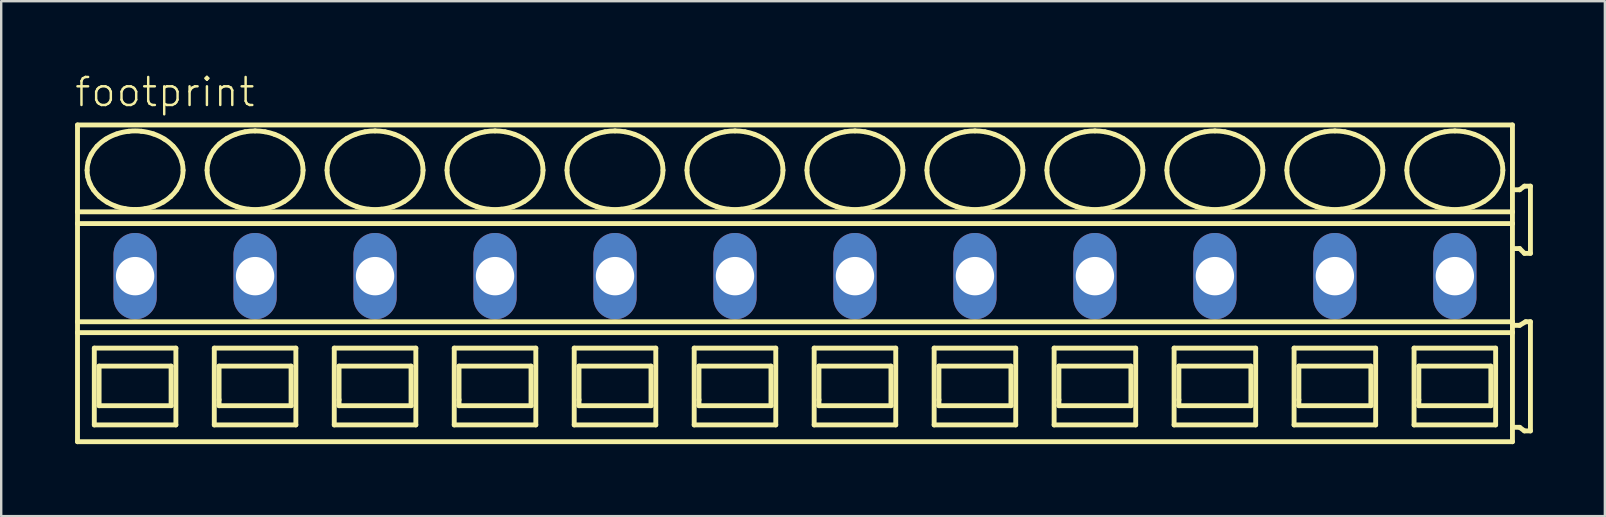
<source format=kicad_pcb>
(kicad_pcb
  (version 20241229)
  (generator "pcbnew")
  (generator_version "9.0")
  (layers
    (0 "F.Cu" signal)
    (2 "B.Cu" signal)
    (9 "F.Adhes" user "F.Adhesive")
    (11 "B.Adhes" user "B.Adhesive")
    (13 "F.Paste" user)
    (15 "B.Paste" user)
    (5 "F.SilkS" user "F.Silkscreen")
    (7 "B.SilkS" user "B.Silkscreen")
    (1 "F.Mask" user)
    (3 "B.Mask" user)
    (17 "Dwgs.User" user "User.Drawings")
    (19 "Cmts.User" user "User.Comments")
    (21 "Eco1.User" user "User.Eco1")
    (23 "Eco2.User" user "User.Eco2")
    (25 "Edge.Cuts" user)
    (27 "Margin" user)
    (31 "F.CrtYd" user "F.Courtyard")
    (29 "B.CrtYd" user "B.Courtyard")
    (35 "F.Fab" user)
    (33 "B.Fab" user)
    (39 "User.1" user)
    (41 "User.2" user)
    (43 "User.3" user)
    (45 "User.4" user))
  (footprint "footprint"
    (layer "F.Cu")
    (at 5.08 8.458)
    (property "Reference" "footprint" (at -5.08 -6.985 0) (layer "F.SilkS") (effects (font (size 1.168 1.168) (thickness 0.102)) (justify left bottom)))
    (fp_line (start -4.9 -6.3) (end -4.9 -2.679) (stroke (width 0.203) (type solid)) (layer "F.SilkS"))
    (fp_line (start -4.9 -2.679) (end -4.9 -2.192) (stroke (width 0.203) (type solid)) (layer "F.SilkS"))
    (fp_line (start -4.9 -2.192) (end -4.9 1.902) (stroke (width 0.203) (type solid)) (layer "F.SilkS"))
    (fp_line (start -4.9 1.902) (end -4.9 2.354) (stroke (width 0.203) (type solid)) (layer "F.SilkS"))
    (fp_line (start -4.9 2.354) (end -4.9 6.9) (stroke (width 0.203) (type solid)) (layer "F.SilkS"))
    (fp_line (start -4.9 6.9) (end 54.9 6.9) (stroke (width 0.203) (type solid)) (layer "F.SilkS"))
    (fp_line (start -4.2 3) (end -4.2 6.2) (stroke (width 0.203) (type solid)) (layer "F.SilkS"))
    (fp_line (start -4.2 6.2) (end -0.8 6.2) (stroke (width 0.203) (type solid)) (layer "F.SilkS"))
    (fp_line (start -4 3.75) (end -4 5.4) (stroke (width 0.203) (type solid)) (layer "F.SilkS"))
    (fp_line (start -4 5.4) (end -1 5.4) (stroke (width 0.203) (type solid)) (layer "F.SilkS"))
    (fp_line (start -1 3.75) (end -4 3.75) (stroke (width 0.203) (type solid)) (layer "F.SilkS"))
    (fp_line (start -1 5.4) (end -1 3.75) (stroke (width 0.203) (type solid)) (layer "F.SilkS"))
    (fp_line (start -0.8 3) (end -4.2 3) (stroke (width 0.203) (type solid)) (layer "F.SilkS"))
    (fp_line (start -0.8 6.2) (end -0.8 3) (stroke (width 0.203) (type solid)) (layer "F.SilkS"))
    (fp_line (start 0.8 3) (end 0.8 6.2) (stroke (width 0.203) (type solid)) (layer "F.SilkS"))
    (fp_line (start 0.8 6.2) (end 4.2 6.2) (stroke (width 0.203) (type solid)) (layer "F.SilkS"))
    (fp_line (start 1 3.75) (end 1 5.15) (stroke (width 0.203) (type solid)) (layer "F.SilkS"))
    (fp_line (start 1 5.15) (end 1 5.4) (stroke (width 0.203) (type solid)) (layer "F.SilkS"))
    (fp_line (start 1 5.4) (end 4 5.4) (stroke (width 0.203) (type solid)) (layer "F.SilkS"))
    (fp_line (start 4 3.75) (end 1 3.75) (stroke (width 0.203) (type solid)) (layer "F.SilkS"))
    (fp_line (start 4 5.4) (end 4 3.75) (stroke (width 0.203) (type solid)) (layer "F.SilkS"))
    (fp_line (start 4.2 3) (end 0.8 3) (stroke (width 0.203) (type solid)) (layer "F.SilkS"))
    (fp_line (start 4.2 6.2) (end 4.2 3) (stroke (width 0.203) (type solid)) (layer "F.SilkS"))
    (fp_line (start 5.8 3) (end 5.8 6.2) (stroke (width 0.203) (type solid)) (layer "F.SilkS"))
    (fp_line (start 5.8 6.2) (end 9.2 6.2) (stroke (width 0.203) (type solid)) (layer "F.SilkS"))
    (fp_line (start 6 3.75) (end 6 5.15) (stroke (width 0.203) (type solid)) (layer "F.SilkS"))
    (fp_line (start 6 5.15) (end 6 5.4) (stroke (width 0.203) (type solid)) (layer "F.SilkS"))
    (fp_line (start 6 5.4) (end 9 5.4) (stroke (width 0.203) (type solid)) (layer "F.SilkS"))
    (fp_line (start 9 3.75) (end 6 3.75) (stroke (width 0.203) (type solid)) (layer "F.SilkS"))
    (fp_line (start 9 5.4) (end 9 3.75) (stroke (width 0.203) (type solid)) (layer "F.SilkS"))
    (fp_line (start 9.2 3) (end 5.8 3) (stroke (width 0.203) (type solid)) (layer "F.SilkS"))
    (fp_line (start 9.2 6.2) (end 9.2 3) (stroke (width 0.203) (type solid)) (layer "F.SilkS"))
    (fp_line (start 10.8 3) (end 10.8 6.2) (stroke (width 0.203) (type solid)) (layer "F.SilkS"))
    (fp_line (start 10.8 6.2) (end 14.2 6.2) (stroke (width 0.203) (type solid)) (layer "F.SilkS"))
    (fp_line (start 11 3.75) (end 11 5.15) (stroke (width 0.203) (type solid)) (layer "F.SilkS"))
    (fp_line (start 11 5.15) (end 11 5.4) (stroke (width 0.203) (type solid)) (layer "F.SilkS"))
    (fp_line (start 11 5.4) (end 14 5.4) (stroke (width 0.203) (type solid)) (layer "F.SilkS"))
    (fp_line (start 14 3.75) (end 11 3.75) (stroke (width 0.203) (type solid)) (layer "F.SilkS"))
    (fp_line (start 14 5.4) (end 14 3.75) (stroke (width 0.203) (type solid)) (layer "F.SilkS"))
    (fp_line (start 14.2 3) (end 10.8 3) (stroke (width 0.203) (type solid)) (layer "F.SilkS"))
    (fp_line (start 14.2 6.2) (end 14.2 3) (stroke (width 0.203) (type solid)) (layer "F.SilkS"))
    (fp_line (start 15.8 3) (end 15.8 6.2) (stroke (width 0.203) (type solid)) (layer "F.SilkS"))
    (fp_line (start 15.8 6.2) (end 19.2 6.2) (stroke (width 0.203) (type solid)) (layer "F.SilkS"))
    (fp_line (start 16 3.75) (end 16 5.15) (stroke (width 0.203) (type solid)) (layer "F.SilkS"))
    (fp_line (start 16 5.15) (end 16 5.4) (stroke (width 0.203) (type solid)) (layer "F.SilkS"))
    (fp_line (start 16 5.4) (end 19 5.4) (stroke (width 0.203) (type solid)) (layer "F.SilkS"))
    (fp_line (start 19 3.75) (end 16 3.75) (stroke (width 0.203) (type solid)) (layer "F.SilkS"))
    (fp_line (start 19 5.4) (end 19 3.75) (stroke (width 0.203) (type solid)) (layer "F.SilkS"))
    (fp_line (start 19.2 3) (end 15.8 3) (stroke (width 0.203) (type solid)) (layer "F.SilkS"))
    (fp_line (start 19.2 6.2) (end 19.2 3) (stroke (width 0.203) (type solid)) (layer "F.SilkS"))
    (fp_line (start 20.8 3) (end 20.8 6.2) (stroke (width 0.203) (type solid)) (layer "F.SilkS"))
    (fp_line (start 20.8 6.2) (end 24.2 6.2) (stroke (width 0.203) (type solid)) (layer "F.SilkS"))
    (fp_line (start 21 3.75) (end 21 5.15) (stroke (width 0.203) (type solid)) (layer "F.SilkS"))
    (fp_line (start 21 5.15) (end 21 5.4) (stroke (width 0.203) (type solid)) (layer "F.SilkS"))
    (fp_line (start 21 5.4) (end 24 5.4) (stroke (width 0.203) (type solid)) (layer "F.SilkS"))
    (fp_line (start 24 3.75) (end 21 3.75) (stroke (width 0.203) (type solid)) (layer "F.SilkS"))
    (fp_line (start 24 5.4) (end 24 3.75) (stroke (width 0.203) (type solid)) (layer "F.SilkS"))
    (fp_line (start 24.2 3) (end 20.8 3) (stroke (width 0.203) (type solid)) (layer "F.SilkS"))
    (fp_line (start 24.2 6.2) (end 24.2 3) (stroke (width 0.203) (type solid)) (layer "F.SilkS"))
    (fp_line (start 25.8 3) (end 25.8 6.2) (stroke (width 0.203) (type solid)) (layer "F.SilkS"))
    (fp_line (start 25.8 6.2) (end 29.2 6.2) (stroke (width 0.203) (type solid)) (layer "F.SilkS"))
    (fp_line (start 26 3.75) (end 26 5.15) (stroke (width 0.203) (type solid)) (layer "F.SilkS"))
    (fp_line (start 26 5.15) (end 26 5.4) (stroke (width 0.203) (type solid)) (layer "F.SilkS"))
    (fp_line (start 26 5.4) (end 29 5.4) (stroke (width 0.203) (type solid)) (layer "F.SilkS"))
    (fp_line (start 29 3.75) (end 26 3.75) (stroke (width 0.203) (type solid)) (layer "F.SilkS"))
    (fp_line (start 29 5.4) (end 29 3.75) (stroke (width 0.203) (type solid)) (layer "F.SilkS"))
    (fp_line (start 29.2 3) (end 25.8 3) (stroke (width 0.203) (type solid)) (layer "F.SilkS"))
    (fp_line (start 29.2 6.2) (end 29.2 3) (stroke (width 0.203) (type solid)) (layer "F.SilkS"))
    (fp_line (start 30.8 3) (end 30.8 6.2) (stroke (width 0.203) (type solid)) (layer "F.SilkS"))
    (fp_line (start 30.8 6.2) (end 34.2 6.2) (stroke (width 0.203) (type solid)) (layer "F.SilkS"))
    (fp_line (start 31 3.75) (end 31 5.15) (stroke (width 0.203) (type solid)) (layer "F.SilkS"))
    (fp_line (start 31 5.15) (end 31 5.4) (stroke (width 0.203) (type solid)) (layer "F.SilkS"))
    (fp_line (start 31 5.4) (end 34 5.4) (stroke (width 0.203) (type solid)) (layer "F.SilkS"))
    (fp_line (start 34 3.75) (end 31 3.75) (stroke (width 0.203) (type solid)) (layer "F.SilkS"))
    (fp_line (start 34 5.4) (end 34 3.75) (stroke (width 0.203) (type solid)) (layer "F.SilkS"))
    (fp_line (start 34.2 3) (end 30.8 3) (stroke (width 0.203) (type solid)) (layer "F.SilkS"))
    (fp_line (start 34.2 6.2) (end 34.2 3) (stroke (width 0.203) (type solid)) (layer "F.SilkS"))
    (fp_line (start 35.8 3) (end 35.8 6.2) (stroke (width 0.203) (type solid)) (layer "F.SilkS"))
    (fp_line (start 35.8 6.2) (end 39.2 6.2) (stroke (width 0.203) (type solid)) (layer "F.SilkS"))
    (fp_line (start 36 3.75) (end 36 5.15) (stroke (width 0.203) (type solid)) (layer "F.SilkS"))
    (fp_line (start 36 5.15) (end 36 5.4) (stroke (width 0.203) (type solid)) (layer "F.SilkS"))
    (fp_line (start 36 5.4) (end 39 5.4) (stroke (width 0.203) (type solid)) (layer "F.SilkS"))
    (fp_line (start 39 3.75) (end 36 3.75) (stroke (width 0.203) (type solid)) (layer "F.SilkS"))
    (fp_line (start 39 5.4) (end 39 3.75) (stroke (width 0.203) (type solid)) (layer "F.SilkS"))
    (fp_line (start 39.2 3) (end 35.8 3) (stroke (width 0.203) (type solid)) (layer "F.SilkS"))
    (fp_line (start 39.2 6.2) (end 39.2 3) (stroke (width 0.203) (type solid)) (layer "F.SilkS"))
    (fp_line (start 40.8 3) (end 40.8 6.2) (stroke (width 0.203) (type solid)) (layer "F.SilkS"))
    (fp_line (start 40.8 6.2) (end 44.2 6.2) (stroke (width 0.203) (type solid)) (layer "F.SilkS"))
    (fp_line (start 41 3.75) (end 41 5.15) (stroke (width 0.203) (type solid)) (layer "F.SilkS"))
    (fp_line (start 41 5.15) (end 41 5.4) (stroke (width 0.203) (type solid)) (layer "F.SilkS"))
    (fp_line (start 41 5.4) (end 44 5.4) (stroke (width 0.203) (type solid)) (layer "F.SilkS"))
    (fp_line (start 44 3.75) (end 41 3.75) (stroke (width 0.203) (type solid)) (layer "F.SilkS"))
    (fp_line (start 44 5.4) (end 44 3.75) (stroke (width 0.203) (type solid)) (layer "F.SilkS"))
    (fp_line (start 44.2 3) (end 40.8 3) (stroke (width 0.203) (type solid)) (layer "F.SilkS"))
    (fp_line (start 44.2 6.2) (end 44.2 3) (stroke (width 0.203) (type solid)) (layer "F.SilkS"))
    (fp_line (start 45.8 3) (end 45.8 6.2) (stroke (width 0.203) (type solid)) (layer "F.SilkS"))
    (fp_line (start 45.8 6.2) (end 49.2 6.2) (stroke (width 0.203) (type solid)) (layer "F.SilkS"))
    (fp_line (start 46 3.75) (end 46 5.15) (stroke (width 0.203) (type solid)) (layer "F.SilkS"))
    (fp_line (start 46 5.15) (end 46 5.4) (stroke (width 0.203) (type solid)) (layer "F.SilkS"))
    (fp_line (start 46 5.4) (end 49 5.4) (stroke (width 0.203) (type solid)) (layer "F.SilkS"))
    (fp_line (start 49 3.75) (end 46 3.75) (stroke (width 0.203) (type solid)) (layer "F.SilkS"))
    (fp_line (start 49 5.4) (end 49 3.75) (stroke (width 0.203) (type solid)) (layer "F.SilkS"))
    (fp_line (start 49.2 3) (end 45.8 3) (stroke (width 0.203) (type solid)) (layer "F.SilkS"))
    (fp_line (start 49.2 6.2) (end 49.2 3) (stroke (width 0.203) (type solid)) (layer "F.SilkS"))
    (fp_line (start 50.8 3) (end 50.8 6.2) (stroke (width 0.203) (type solid)) (layer "F.SilkS"))
    (fp_line (start 50.8 6.2) (end 54.2 6.2) (stroke (width 0.203) (type solid)) (layer "F.SilkS"))
    (fp_line (start 51 3.75) (end 51 5.15) (stroke (width 0.203) (type solid)) (layer "F.SilkS"))
    (fp_line (start 51 5.15) (end 51 5.4) (stroke (width 0.203) (type solid)) (layer "F.SilkS"))
    (fp_line (start 51 5.4) (end 54 5.4) (stroke (width 0.203) (type solid)) (layer "F.SilkS"))
    (fp_line (start 54 3.75) (end 51 3.75) (stroke (width 0.203) (type solid)) (layer "F.SilkS"))
    (fp_line (start 54 5.4) (end 54 3.75) (stroke (width 0.203) (type solid)) (layer "F.SilkS"))
    (fp_line (start 54.2 3) (end 50.8 3) (stroke (width 0.203) (type solid)) (layer "F.SilkS"))
    (fp_line (start 54.2 6.2) (end 54.2 3) (stroke (width 0.203) (type solid)) (layer "F.SilkS"))
    (fp_line (start 54.9 -6.3) (end -4.9 -6.3) (stroke (width 0.203) (type solid)) (layer "F.SilkS"))
    (fp_line (start 54.9 -2.679) (end -4.9 -2.679) (stroke (width 0.203) (type solid)) (layer "F.SilkS"))
    (fp_line (start 54.9 -2.679) (end 54.9 -6.3) (stroke (width 0.203) (type solid)) (layer "F.SilkS"))
    (fp_line (start 54.9 -2.192) (end -4.9 -2.192) (stroke (width 0.203) (type solid)) (layer "F.SilkS"))
    (fp_line (start 54.9 -2.192) (end 54.9 -2.679) (stroke (width 0.203) (type solid)) (layer "F.SilkS"))
    (fp_line (start 54.9 1.902) (end -4.9 1.902) (stroke (width 0.203) (type solid)) (layer "F.SilkS"))
    (fp_line (start 54.9 1.902) (end 54.9 -2.192) (stroke (width 0.203) (type solid)) (layer "F.SilkS"))
    (fp_line (start 54.9 2.354) (end -4.9 2.354) (stroke (width 0.203) (type solid)) (layer "F.SilkS"))
    (fp_line (start 54.9 2.354) (end 54.9 1.902) (stroke (width 0.203) (type solid)) (layer "F.SilkS"))
    (fp_line (start 54.9 6.9) (end 54.9 2.354) (stroke (width 0.203) (type solid)) (layer "F.SilkS"))
    (fp_line (start 55 -1.15) (end 55.2 -1.15) (stroke (width 0.203) (type solid)) (layer "F.SilkS"))
    (fp_line (start 55 6.3) (end 55.2 6.3) (stroke (width 0.203) (type solid)) (layer "F.SilkS"))
    (fp_line (start 55.2 -3.6) (end 55 -3.6) (stroke (width 0.203) (type solid)) (layer "F.SilkS"))
    (fp_line (start 55.2 -1.15) (end 55.4 -0.95) (stroke (width 0.203) (type solid)) (layer "F.SilkS"))
    (fp_line (start 55.2 2.05) (end 55 2.05) (stroke (width 0.203) (type solid)) (layer "F.SilkS"))
    (fp_line (start 55.2 6.3) (end 55.4 6.45) (stroke (width 0.203) (type solid)) (layer "F.SilkS"))
    (fp_line (start 55.4 -3.75) (end 55.2 -3.6) (stroke (width 0.203) (type solid)) (layer "F.SilkS"))
    (fp_line (start 55.4 -0.95) (end 55.65 -0.95) (stroke (width 0.203) (type solid)) (layer "F.SilkS"))
    (fp_line (start 55.4 6.45) (end 55.65 6.45) (stroke (width 0.203) (type solid)) (layer "F.SilkS"))
    (fp_line (start 55.45 1.9) (end 55.2 2.05) (stroke (width 0.203) (type solid)) (layer "F.SilkS"))
    (fp_line (start 55.65 -3.75) (end 55.4 -3.75) (stroke (width 0.203) (type solid)) (layer "F.SilkS"))
    (fp_line (start 55.65 -0.95) (end 55.65 -3.75) (stroke (width 0.203) (type solid)) (layer "F.SilkS"))
    (fp_line (start 55.65 1.9) (end 55.45 1.9) (stroke (width 0.203) (type solid)) (layer "F.SilkS"))
    (fp_line (start 55.65 6.45) (end 55.65 1.9) (stroke (width 0.203) (type solid)) (layer "F.SilkS"))
    (fp_arc (start -4.5 -4.4136) (mid -4.488905 -4.585389) (end -4.4562 -4.7544) (stroke (width 0.2032) (type solid)) (layer "F.SilkS"))
    (fp_arc (start -4.4695 -4.1287) (mid -4.492308 -4.270341) (end -4.5 -4.4136) (stroke (width 0.2032) (type solid)) (layer "F.SilkS"))
    (fp_arc (start -4.4562 -4.7544) (mid -4.401558 -4.920839) (end -4.3273 -5.0795) (stroke (width 0.2032) (type solid)) (layer "F.SilkS"))
    (fp_arc (start -4.3795 -3.8536) (mid -4.431599 -3.988827) (end -4.4695 -4.1287) (stroke (width 0.2032) (type solid)) (layer "F.SilkS"))
    (fp_arc (start -4.3274 -5.0795) (mid -4.216217 -5.252167) (end -4.0864 -5.4113) (stroke (width 0.2032) (type solid)) (layer "F.SilkS"))
    (fp_arc (start -4.232 -3.5945) (mid -4.312155 -3.720404) (end -4.3795 -3.8536) (stroke (width 0.2032) (type solid)) (layer "F.SilkS"))
    (fp_arc (start -4.0864 -5.4113) (mid -3.911717 -5.573771) (end -3.718 -5.713) (stroke (width 0.2032) (type solid)) (layer "F.SilkS"))
    (fp_arc (start -3.9861 -3.3171) (mid -4.116737 -3.448975) (end -4.2321 -3.5944) (stroke (width 0.2032) (type solid)) (layer "F.SilkS"))
    (fp_arc (start -3.718 -5.713) (mid -3.497651 -5.83326) (end -3.2649 -5.9273) (stroke (width 0.2032) (type solid)) (layer "F.SilkS"))
    (fp_arc (start -3.676 -3.0884) (mid -3.836846 -3.194891) (end -3.9861 -3.3171) (stroke (width 0.2032) (type solid)) (layer "F.SilkS"))
    (fp_arc (start -3.313 -2.9167) (mid -3.498551 -2.993985) (end -3.676 -3.0884) (stroke (width 0.2032) (type solid)) (layer "F.SilkS"))
    (fp_arc (start -3.2649 -5.9273) (mid -3.016253 -5.996227) (end -2.7616 -6.0378) (stroke (width 0.2032) (type solid)) (layer "F.SilkS"))
    (fp_arc (start -2.9161 -2.8111) (mid -3.116893 -2.855096) (end -3.313 -2.9167) (stroke (width 0.2032) (type solid)) (layer "F.SilkS"))
    (fp_arc (start -2.7616 -6.0378) (mid -2.5 -6.051841) (end -2.2384 -6.0378) (stroke (width 0.2032) (type solid)) (layer "F.SilkS"))
    (fp_arc (start -2.5 -2.7752) (mid -2.708826 -2.784159) (end -2.9161 -2.8111) (stroke (width 0.2032) (type solid)) (layer "F.SilkS"))
    (fp_arc (start -2.2384 -6.0378) (mid -1.983714 -5.996379) (end -1.7351 -5.9273) (stroke (width 0.2032) (type solid)) (layer "F.SilkS"))
    (fp_arc (start -2.0839 -2.8111) (mid -2.291182 -2.784277) (end -2.5 -2.7753) (stroke (width 0.2032) (type solid)) (layer "F.SilkS"))
    (fp_arc (start -1.7351 -5.9273) (mid -1.502222 -5.83353) (end -1.282 -5.713) (stroke (width 0.2032) (type solid)) (layer "F.SilkS"))
    (fp_arc (start -1.687 -2.9167) (mid -1.883129 -2.855175) (end -2.0839 -2.8111) (stroke (width 0.2032) (type solid)) (layer "F.SilkS"))
    (fp_arc (start -1.324 -3.0884) (mid -1.501514 -2.994123) (end -1.687 -2.9167) (stroke (width 0.2032) (type solid)) (layer "F.SilkS"))
    (fp_arc (start -1.282 -5.713) (mid -1.088036 -5.574073) (end -0.9136 -5.4113) (stroke (width 0.2032) (type solid)) (layer "F.SilkS"))
    (fp_arc (start -1.0139 -3.3171) (mid -1.163276 -3.195057) (end -1.324 -3.0884) (stroke (width 0.2032) (type solid)) (layer "F.SilkS"))
    (fp_arc (start -0.9137 -5.4112) (mid -0.781313 -5.253987) (end -0.6727 -5.0795) (stroke (width 0.2032) (type solid)) (layer "F.SilkS"))
    (fp_arc (start -0.7679 -3.5944) (mid -0.88339 -3.449088) (end -1.0139 -3.3171) (stroke (width 0.2032) (type solid)) (layer "F.SilkS"))
    (fp_arc (start -0.6727 -5.0795) (mid -0.598286 -4.920901) (end -0.5438 -4.7544) (stroke (width 0.2032) (type solid)) (layer "F.SilkS"))
    (fp_arc (start -0.6204 -3.8536) (mid -0.687861 -3.720421) (end -0.7679 -3.5944) (stroke (width 0.2032) (type solid)) (layer "F.SilkS"))
    (fp_arc (start -0.5438 -4.7544) (mid -0.511083 -4.58539) (end -0.5 -4.4136) (stroke (width 0.2032) (type solid)) (layer "F.SilkS"))
    (fp_arc (start -0.5305 -4.1287) (mid -0.568473 -3.988851) (end -0.6205 -3.8536) (stroke (width 0.2032) (type solid)) (layer "F.SilkS"))
    (fp_arc (start -0.5001 -4.4136) (mid -0.507739 -4.270343) (end -0.5305 -4.1287) (stroke (width 0.2032) (type solid)) (layer "F.SilkS"))
    (fp_arc (start 0.5 -4.4136) (mid 0.507693 -4.556809) (end 0.5305 -4.6984) (stroke (width 0.2032) (type solid)) (layer "F.SilkS"))
    (fp_arc (start 0.5305 -4.6984) (mid 0.568467 -4.8383) (end 0.6205 -4.9736) (stroke (width 0.2032) (type solid)) (layer "F.SilkS"))
    (fp_arc (start 0.5438 -4.0727) (mid 0.511073 -4.241759) (end 0.5 -4.4136) (stroke (width 0.2032) (type solid)) (layer "F.SilkS"))
    (fp_arc (start 0.6204 -4.9736) (mid 0.687866 -5.106728) (end 0.7679 -5.2327) (stroke (width 0.2032) (type solid)) (layer "F.SilkS"))
    (fp_arc (start 0.6727 -3.7476) (mid 0.598289 -3.9062) (end 0.5438 -4.0727) (stroke (width 0.2032) (type solid)) (layer "F.SilkS"))
    (fp_arc (start 0.7679 -5.2327) (mid 0.883386 -5.378016) (end 1.0139 -5.51) (stroke (width 0.2032) (type solid)) (layer "F.SilkS"))
    (fp_arc (start 0.9136 -3.4159) (mid 0.781267 -3.57312) (end 0.6727 -3.7476) (stroke (width 0.2032) (type solid)) (layer "F.SilkS"))
    (fp_arc (start 1.0139 -5.51) (mid 1.163277 -5.632042) (end 1.324 -5.7387) (stroke (width 0.2032) (type solid)) (layer "F.SilkS"))
    (fp_arc (start 1.282 -3.1141) (mid 1.088032 -3.253077) (end 0.9136 -3.4159) (stroke (width 0.2032) (type solid)) (layer "F.SilkS"))
    (fp_arc (start 1.324 -5.7387) (mid 1.501514 -5.832977) (end 1.687 -5.9104) (stroke (width 0.2032) (type solid)) (layer "F.SilkS"))
    (fp_arc (start 1.687 -5.9104) (mid 1.883129 -5.971925) (end 2.0839 -6.016) (stroke (width 0.2032) (type solid)) (layer "F.SilkS"))
    (fp_arc (start 1.7351 -2.8998) (mid 1.502222 -2.993571) (end 1.282 -3.1141) (stroke (width 0.2032) (type solid)) (layer "F.SilkS"))
    (fp_arc (start 2.0839 -6.0161) (mid 2.291183 -6.042919) (end 2.5 -6.0519) (stroke (width 0.2032) (type solid)) (layer "F.SilkS"))
    (fp_arc (start 2.2384 -2.7893) (mid 1.983714 -2.830721) (end 1.7351 -2.8998) (stroke (width 0.2032) (type solid)) (layer "F.SilkS"))
    (fp_arc (start 2.5 -6.0519) (mid 2.708826 -6.042941) (end 2.9161 -6.016) (stroke (width 0.2032) (type solid)) (layer "F.SilkS"))
    (fp_arc (start 2.7616 -2.7893) (mid 2.5 -2.775259) (end 2.2384 -2.7893) (stroke (width 0.2032) (type solid)) (layer "F.SilkS"))
    (fp_arc (start 2.9161 -6.016) (mid 3.116893 -5.972004) (end 3.313 -5.9104) (stroke (width 0.2032) (type solid)) (layer "F.SilkS"))
    (fp_arc (start 3.2649 -2.8998) (mid 3.016253 -2.830873) (end 2.7616 -2.7893) (stroke (width 0.2032) (type solid)) (layer "F.SilkS"))
    (fp_arc (start 3.313 -5.9104) (mid 3.498552 -5.833116) (end 3.676 -5.7387) (stroke (width 0.2032) (type solid)) (layer "F.SilkS"))
    (fp_arc (start 3.676 -5.7387) (mid 3.836846 -5.632209) (end 3.9861 -5.51) (stroke (width 0.2032) (type solid)) (layer "F.SilkS"))
    (fp_arc (start 3.718 -3.1141) (mid 3.497651 -2.993839) (end 3.2649 -2.8998) (stroke (width 0.2032) (type solid)) (layer "F.SilkS"))
    (fp_arc (start 3.9861 -5.51) (mid 4.116738 -5.378126) (end 4.2321 -5.2327) (stroke (width 0.2032) (type solid)) (layer "F.SilkS"))
    (fp_arc (start 4.0864 -3.4159) (mid 3.911721 -3.253378) (end 3.718 -3.1141) (stroke (width 0.2032) (type solid)) (layer "F.SilkS"))
    (fp_arc (start 4.2321 -5.2327) (mid 4.312204 -5.106793) (end 4.3795 -4.9736) (stroke (width 0.2032) (type solid)) (layer "F.SilkS"))
    (fp_arc (start 4.3273 -3.7476) (mid 4.216161 -3.574988) (end 4.0864 -3.4159) (stroke (width 0.2032) (type solid)) (layer "F.SilkS"))
    (fp_arc (start 4.3795 -4.9736) (mid 4.431605 -4.838324) (end 4.4695 -4.6984) (stroke (width 0.2032) (type solid)) (layer "F.SilkS"))
    (fp_arc (start 4.4562 -4.0727) (mid 4.401557 -3.906262) (end 4.3273 -3.7476) (stroke (width 0.2032) (type solid)) (layer "F.SilkS"))
    (fp_arc (start 4.4695 -4.6984) (mid 4.4923 -4.556809) (end 4.5 -4.4136) (stroke (width 0.2032) (type solid)) (layer "F.SilkS"))
    (fp_arc (start 4.5 -4.4136) (mid 4.488914 -4.241761) (end 4.4562 -4.0727) (stroke (width 0.2032) (type solid)) (layer "F.SilkS"))
    (fp_arc (start 5.5 -4.4136) (mid 5.507693 -4.556809) (end 5.5305 -4.6984) (stroke (width 0.2032) (type solid)) (layer "F.SilkS"))
    (fp_arc (start 5.5305 -4.6984) (mid 5.568467 -4.8383) (end 5.6205 -4.9736) (stroke (width 0.2032) (type solid)) (layer "F.SilkS"))
    (fp_arc (start 5.5438 -4.0727) (mid 5.511073 -4.241759) (end 5.5 -4.4136) (stroke (width 0.2032) (type solid)) (layer "F.SilkS"))
    (fp_arc (start 5.6204 -4.9736) (mid 5.687866 -5.106728) (end 5.7679 -5.2327) (stroke (width 0.2032) (type solid)) (layer "F.SilkS"))
    (fp_arc (start 5.6727 -3.7476) (mid 5.598289 -3.9062) (end 5.5438 -4.0727) (stroke (width 0.2032) (type solid)) (layer "F.SilkS"))
    (fp_arc (start 5.7679 -5.2327) (mid 5.883386 -5.378016) (end 6.0139 -5.51) (stroke (width 0.2032) (type solid)) (layer "F.SilkS"))
    (fp_arc (start 5.9136 -3.4159) (mid 5.781267 -3.57312) (end 5.6727 -3.7476) (stroke (width 0.2032) (type solid)) (layer "F.SilkS"))
    (fp_arc (start 6.0139 -5.51) (mid 6.163277 -5.632042) (end 6.324 -5.7387) (stroke (width 0.2032) (type solid)) (layer "F.SilkS"))
    (fp_arc (start 6.282 -3.1141) (mid 6.088032 -3.253077) (end 5.9136 -3.4159) (stroke (width 0.2032) (type solid)) (layer "F.SilkS"))
    (fp_arc (start 6.324 -5.7387) (mid 6.501514 -5.832977) (end 6.687 -5.9104) (stroke (width 0.2032) (type solid)) (layer "F.SilkS"))
    (fp_arc (start 6.687 -5.9104) (mid 6.883129 -5.971925) (end 7.0839 -6.016) (stroke (width 0.2032) (type solid)) (layer "F.SilkS"))
    (fp_arc (start 6.7351 -2.8998) (mid 6.502222 -2.993571) (end 6.282 -3.1141) (stroke (width 0.2032) (type solid)) (layer "F.SilkS"))
    (fp_arc (start 7.0839 -6.0161) (mid 7.291183 -6.042919) (end 7.5 -6.0519) (stroke (width 0.2032) (type solid)) (layer "F.SilkS"))
    (fp_arc (start 7.2384 -2.7893) (mid 6.983714 -2.830721) (end 6.7351 -2.8998) (stroke (width 0.2032) (type solid)) (layer "F.SilkS"))
    (fp_arc (start 7.5 -6.0519) (mid 7.708826 -6.042941) (end 7.9161 -6.016) (stroke (width 0.2032) (type solid)) (layer "F.SilkS"))
    (fp_arc (start 7.7616 -2.7893) (mid 7.5 -2.775259) (end 7.2384 -2.7893) (stroke (width 0.2032) (type solid)) (layer "F.SilkS"))
    (fp_arc (start 7.9161 -6.016) (mid 8.116893 -5.972004) (end 8.313 -5.9104) (stroke (width 0.2032) (type solid)) (layer "F.SilkS"))
    (fp_arc (start 8.2649 -2.8998) (mid 8.016253 -2.830873) (end 7.7616 -2.7893) (stroke (width 0.2032) (type solid)) (layer "F.SilkS"))
    (fp_arc (start 8.313 -5.9104) (mid 8.498552 -5.833116) (end 8.676 -5.7387) (stroke (width 0.2032) (type solid)) (layer "F.SilkS"))
    (fp_arc (start 8.676 -5.7387) (mid 8.836846 -5.632209) (end 8.9861 -5.51) (stroke (width 0.2032) (type solid)) (layer "F.SilkS"))
    (fp_arc (start 8.718 -3.1141) (mid 8.497651 -2.993839) (end 8.2649 -2.8998) (stroke (width 0.2032) (type solid)) (layer "F.SilkS"))
    (fp_arc (start 8.9861 -5.51) (mid 9.116738 -5.378126) (end 9.2321 -5.2327) (stroke (width 0.2032) (type solid)) (layer "F.SilkS"))
    (fp_arc (start 9.0864 -3.4159) (mid 8.911721 -3.253378) (end 8.718 -3.1141) (stroke (width 0.2032) (type solid)) (layer "F.SilkS"))
    (fp_arc (start 9.2321 -5.2327) (mid 9.312204 -5.106793) (end 9.3795 -4.9736) (stroke (width 0.2032) (type solid)) (layer "F.SilkS"))
    (fp_arc (start 9.3273 -3.7476) (mid 9.216161 -3.574988) (end 9.0864 -3.4159) (stroke (width 0.2032) (type solid)) (layer "F.SilkS"))
    (fp_arc (start 9.3795 -4.9736) (mid 9.431605 -4.838324) (end 9.4695 -4.6984) (stroke (width 0.2032) (type solid)) (layer "F.SilkS"))
    (fp_arc (start 9.4562 -4.0727) (mid 9.401557 -3.906262) (end 9.3273 -3.7476) (stroke (width 0.2032) (type solid)) (layer "F.SilkS"))
    (fp_arc (start 9.4695 -4.6984) (mid 9.4923 -4.556809) (end 9.5 -4.4136) (stroke (width 0.2032) (type solid)) (layer "F.SilkS"))
    (fp_arc (start 9.5 -4.4136) (mid 9.488914 -4.241761) (end 9.4562 -4.0727) (stroke (width 0.2032) (type solid)) (layer "F.SilkS"))
    (fp_arc (start 10.5 -4.4136) (mid 10.507693 -4.556809) (end 10.5305 -4.6984) (stroke (width 0.2032) (type solid)) (layer "F.SilkS"))
    (fp_arc (start 10.5305 -4.6984) (mid 10.568467 -4.8383) (end 10.6205 -4.9736) (stroke (width 0.2032) (type solid)) (layer "F.SilkS"))
    (fp_arc (start 10.5438 -4.0727) (mid 10.511073 -4.241759) (end 10.5 -4.4136) (stroke (width 0.2032) (type solid)) (layer "F.SilkS"))
    (fp_arc (start 10.6204 -4.9736) (mid 10.687866 -5.106728) (end 10.7679 -5.2327) (stroke (width 0.2032) (type solid)) (layer "F.SilkS"))
    (fp_arc (start 10.6727 -3.7476) (mid 10.598289 -3.9062) (end 10.5438 -4.0727) (stroke (width 0.2032) (type solid)) (layer "F.SilkS"))
    (fp_arc (start 10.7679 -5.2327) (mid 10.883386 -5.378016) (end 11.0139 -5.51) (stroke (width 0.2032) (type solid)) (layer "F.SilkS"))
    (fp_arc (start 10.9136 -3.4159) (mid 10.781267 -3.57312) (end 10.6727 -3.7476) (stroke (width 0.2032) (type solid)) (layer "F.SilkS"))
    (fp_arc (start 11.0139 -5.51) (mid 11.163277 -5.632042) (end 11.324 -5.7387) (stroke (width 0.2032) (type solid)) (layer "F.SilkS"))
    (fp_arc (start 11.282 -3.1141) (mid 11.088032 -3.253077) (end 10.9136 -3.4159) (stroke (width 0.2032) (type solid)) (layer "F.SilkS"))
    (fp_arc (start 11.324 -5.7387) (mid 11.501514 -5.832977) (end 11.687 -5.9104) (stroke (width 0.2032) (type solid)) (layer "F.SilkS"))
    (fp_arc (start 11.687 -5.9104) (mid 11.883129 -5.971925) (end 12.0839 -6.016) (stroke (width 0.2032) (type solid)) (layer "F.SilkS"))
    (fp_arc (start 11.7351 -2.8998) (mid 11.502222 -2.993571) (end 11.282 -3.1141) (stroke (width 0.2032) (type solid)) (layer "F.SilkS"))
    (fp_arc (start 12.0839 -6.0161) (mid 12.291183 -6.042919) (end 12.5 -6.0519) (stroke (width 0.2032) (type solid)) (layer "F.SilkS"))
    (fp_arc (start 12.2384 -2.7893) (mid 11.983714 -2.830721) (end 11.7351 -2.8998) (stroke (width 0.2032) (type solid)) (layer "F.SilkS"))
    (fp_arc (start 12.5 -6.0519) (mid 12.708826 -6.042941) (end 12.9161 -6.016) (stroke (width 0.2032) (type solid)) (layer "F.SilkS"))
    (fp_arc (start 12.7616 -2.7893) (mid 12.5 -2.775259) (end 12.2384 -2.7893) (stroke (width 0.2032) (type solid)) (layer "F.SilkS"))
    (fp_arc (start 12.9161 -6.016) (mid 13.116893 -5.972004) (end 13.313 -5.9104) (stroke (width 0.2032) (type solid)) (layer "F.SilkS"))
    (fp_arc (start 13.2649 -2.8998) (mid 13.016253 -2.830873) (end 12.7616 -2.7893) (stroke (width 0.2032) (type solid)) (layer "F.SilkS"))
    (fp_arc (start 13.313 -5.9104) (mid 13.498552 -5.833116) (end 13.676 -5.7387) (stroke (width 0.2032) (type solid)) (layer "F.SilkS"))
    (fp_arc (start 13.676 -5.7387) (mid 13.836846 -5.632209) (end 13.9861 -5.51) (stroke (width 0.2032) (type solid)) (layer "F.SilkS"))
    (fp_arc (start 13.718 -3.1141) (mid 13.497651 -2.993839) (end 13.2649 -2.8998) (stroke (width 0.2032) (type solid)) (layer "F.SilkS"))
    (fp_arc (start 13.9861 -5.51) (mid 14.116738 -5.378126) (end 14.2321 -5.2327) (stroke (width 0.2032) (type solid)) (layer "F.SilkS"))
    (fp_arc (start 14.0864 -3.4159) (mid 13.911721 -3.253378) (end 13.718 -3.1141) (stroke (width 0.2032) (type solid)) (layer "F.SilkS"))
    (fp_arc (start 14.2321 -5.2327) (mid 14.312204 -5.106793) (end 14.3795 -4.9736) (stroke (width 0.2032) (type solid)) (layer "F.SilkS"))
    (fp_arc (start 14.3273 -3.7476) (mid 14.216161 -3.574988) (end 14.0864 -3.4159) (stroke (width 0.2032) (type solid)) (layer "F.SilkS"))
    (fp_arc (start 14.3795 -4.9736) (mid 14.431605 -4.838324) (end 14.4695 -4.6984) (stroke (width 0.2032) (type solid)) (layer "F.SilkS"))
    (fp_arc (start 14.4562 -4.0727) (mid 14.401557 -3.906262) (end 14.3273 -3.7476) (stroke (width 0.2032) (type solid)) (layer "F.SilkS"))
    (fp_arc (start 14.4695 -4.6984) (mid 14.4923 -4.556809) (end 14.5 -4.4136) (stroke (width 0.2032) (type solid)) (layer "F.SilkS"))
    (fp_arc (start 14.5 -4.4136) (mid 14.488914 -4.241761) (end 14.4562 -4.0727) (stroke (width 0.2032) (type solid)) (layer "F.SilkS"))
    (fp_arc (start 15.5 -4.4136) (mid 15.507693 -4.556809) (end 15.5305 -4.6984) (stroke (width 0.2032) (type solid)) (layer "F.SilkS"))
    (fp_arc (start 15.5305 -4.6984) (mid 15.568467 -4.8383) (end 15.6205 -4.9736) (stroke (width 0.2032) (type solid)) (layer "F.SilkS"))
    (fp_arc (start 15.5438 -4.0727) (mid 15.511073 -4.241759) (end 15.5 -4.4136) (stroke (width 0.2032) (type solid)) (layer "F.SilkS"))
    (fp_arc (start 15.6204 -4.9736) (mid 15.687866 -5.106728) (end 15.7679 -5.2327) (stroke (width 0.2032) (type solid)) (layer "F.SilkS"))
    (fp_arc (start 15.6727 -3.7476) (mid 15.598289 -3.9062) (end 15.5438 -4.0727) (stroke (width 0.2032) (type solid)) (layer "F.SilkS"))
    (fp_arc (start 15.7679 -5.2327) (mid 15.883386 -5.378016) (end 16.0139 -5.51) (stroke (width 0.2032) (type solid)) (layer "F.SilkS"))
    (fp_arc (start 15.9136 -3.4159) (mid 15.781267 -3.57312) (end 15.6727 -3.7476) (stroke (width 0.2032) (type solid)) (layer "F.SilkS"))
    (fp_arc (start 16.0139 -5.51) (mid 16.163277 -5.632042) (end 16.324 -5.7387) (stroke (width 0.2032) (type solid)) (layer "F.SilkS"))
    (fp_arc (start 16.282 -3.1141) (mid 16.088032 -3.253077) (end 15.9136 -3.4159) (stroke (width 0.2032) (type solid)) (layer "F.SilkS"))
    (fp_arc (start 16.324 -5.7387) (mid 16.501514 -5.832977) (end 16.687 -5.9104) (stroke (width 0.2032) (type solid)) (layer "F.SilkS"))
    (fp_arc (start 16.687 -5.9104) (mid 16.883129 -5.971925) (end 17.0839 -6.016) (stroke (width 0.2032) (type solid)) (layer "F.SilkS"))
    (fp_arc (start 16.7351 -2.8998) (mid 16.502222 -2.993571) (end 16.282 -3.1141) (stroke (width 0.2032) (type solid)) (layer "F.SilkS"))
    (fp_arc (start 17.0839 -6.0161) (mid 17.291183 -6.042919) (end 17.5 -6.0519) (stroke (width 0.2032) (type solid)) (layer "F.SilkS"))
    (fp_arc (start 17.2384 -2.7893) (mid 16.983714 -2.830721) (end 16.7351 -2.8998) (stroke (width 0.2032) (type solid)) (layer "F.SilkS"))
    (fp_arc (start 17.5 -6.0519) (mid 17.708826 -6.042941) (end 17.9161 -6.016) (stroke (width 0.2032) (type solid)) (layer "F.SilkS"))
    (fp_arc (start 17.7616 -2.7893) (mid 17.5 -2.775259) (end 17.2384 -2.7893) (stroke (width 0.2032) (type solid)) (layer "F.SilkS"))
    (fp_arc (start 17.9161 -6.016) (mid 18.116893 -5.972004) (end 18.313 -5.9104) (stroke (width 0.2032) (type solid)) (layer "F.SilkS"))
    (fp_arc (start 18.2649 -2.8998) (mid 18.016253 -2.830873) (end 17.7616 -2.7893) (stroke (width 0.2032) (type solid)) (layer "F.SilkS"))
    (fp_arc (start 18.313 -5.9104) (mid 18.498552 -5.833116) (end 18.676 -5.7387) (stroke (width 0.2032) (type solid)) (layer "F.SilkS"))
    (fp_arc (start 18.676 -5.7387) (mid 18.836846 -5.632209) (end 18.9861 -5.51) (stroke (width 0.2032) (type solid)) (layer "F.SilkS"))
    (fp_arc (start 18.718 -3.1141) (mid 18.497651 -2.993839) (end 18.2649 -2.8998) (stroke (width 0.2032) (type solid)) (layer "F.SilkS"))
    (fp_arc (start 18.9861 -5.51) (mid 19.116738 -5.378126) (end 19.2321 -5.2327) (stroke (width 0.2032) (type solid)) (layer "F.SilkS"))
    (fp_arc (start 19.0864 -3.4159) (mid 18.911721 -3.253378) (end 18.718 -3.1141) (stroke (width 0.2032) (type solid)) (layer "F.SilkS"))
    (fp_arc (start 19.2321 -5.2327) (mid 19.312204 -5.106793) (end 19.3795 -4.9736) (stroke (width 0.2032) (type solid)) (layer "F.SilkS"))
    (fp_arc (start 19.3273 -3.7476) (mid 19.216161 -3.574988) (end 19.0864 -3.4159) (stroke (width 0.2032) (type solid)) (layer "F.SilkS"))
    (fp_arc (start 19.3795 -4.9736) (mid 19.431605 -4.838324) (end 19.4695 -4.6984) (stroke (width 0.2032) (type solid)) (layer "F.SilkS"))
    (fp_arc (start 19.4562 -4.0727) (mid 19.401557 -3.906262) (end 19.3273 -3.7476) (stroke (width 0.2032) (type solid)) (layer "F.SilkS"))
    (fp_arc (start 19.4695 -4.6984) (mid 19.4923 -4.556809) (end 19.5 -4.4136) (stroke (width 0.2032) (type solid)) (layer "F.SilkS"))
    (fp_arc (start 19.5 -4.4136) (mid 19.488914 -4.241761) (end 19.4562 -4.0727) (stroke (width 0.2032) (type solid)) (layer "F.SilkS"))
    (fp_arc (start 20.5 -4.4136) (mid 20.507693 -4.556809) (end 20.5305 -4.6984) (stroke (width 0.2032) (type solid)) (layer "F.SilkS"))
    (fp_arc (start 20.5305 -4.6984) (mid 20.568467 -4.8383) (end 20.6205 -4.9736) (stroke (width 0.2032) (type solid)) (layer "F.SilkS"))
    (fp_arc (start 20.5438 -4.0727) (mid 20.511073 -4.241759) (end 20.5 -4.4136) (stroke (width 0.2032) (type solid)) (layer "F.SilkS"))
    (fp_arc (start 20.6204 -4.9736) (mid 20.687866 -5.106728) (end 20.7679 -5.2327) (stroke (width 0.2032) (type solid)) (layer "F.SilkS"))
    (fp_arc (start 20.6727 -3.7476) (mid 20.598289 -3.9062) (end 20.5438 -4.0727) (stroke (width 0.2032) (type solid)) (layer "F.SilkS"))
    (fp_arc (start 20.7679 -5.2327) (mid 20.883386 -5.378016) (end 21.0139 -5.51) (stroke (width 0.2032) (type solid)) (layer "F.SilkS"))
    (fp_arc (start 20.9136 -3.4159) (mid 20.781267 -3.57312) (end 20.6727 -3.7476) (stroke (width 0.2032) (type solid)) (layer "F.SilkS"))
    (fp_arc (start 21.0139 -5.51) (mid 21.163277 -5.632042) (end 21.324 -5.7387) (stroke (width 0.2032) (type solid)) (layer "F.SilkS"))
    (fp_arc (start 21.282 -3.1141) (mid 21.088032 -3.253077) (end 20.9136 -3.4159) (stroke (width 0.2032) (type solid)) (layer "F.SilkS"))
    (fp_arc (start 21.324 -5.7387) (mid 21.501514 -5.832977) (end 21.687 -5.9104) (stroke (width 0.2032) (type solid)) (layer "F.SilkS"))
    (fp_arc (start 21.687 -5.9104) (mid 21.883129 -5.971925) (end 22.0839 -6.016) (stroke (width 0.2032) (type solid)) (layer "F.SilkS"))
    (fp_arc (start 21.7351 -2.8998) (mid 21.502222 -2.993571) (end 21.282 -3.1141) (stroke (width 0.2032) (type solid)) (layer "F.SilkS"))
    (fp_arc (start 22.0839 -6.0161) (mid 22.291183 -6.042919) (end 22.5 -6.0519) (stroke (width 0.2032) (type solid)) (layer "F.SilkS"))
    (fp_arc (start 22.2384 -2.7893) (mid 21.983714 -2.830721) (end 21.7351 -2.8998) (stroke (width 0.2032) (type solid)) (layer "F.SilkS"))
    (fp_arc (start 22.5 -6.0519) (mid 22.708826 -6.042941) (end 22.9161 -6.016) (stroke (width 0.2032) (type solid)) (layer "F.SilkS"))
    (fp_arc (start 22.7616 -2.7893) (mid 22.5 -2.775259) (end 22.2384 -2.7893) (stroke (width 0.2032) (type solid)) (layer "F.SilkS"))
    (fp_arc (start 22.9161 -6.016) (mid 23.116893 -5.972004) (end 23.313 -5.9104) (stroke (width 0.2032) (type solid)) (layer "F.SilkS"))
    (fp_arc (start 23.2649 -2.8998) (mid 23.016253 -2.830873) (end 22.7616 -2.7893) (stroke (width 0.2032) (type solid)) (layer "F.SilkS"))
    (fp_arc (start 23.313 -5.9104) (mid 23.498552 -5.833116) (end 23.676 -5.7387) (stroke (width 0.2032) (type solid)) (layer "F.SilkS"))
    (fp_arc (start 23.676 -5.7387) (mid 23.836846 -5.632209) (end 23.9861 -5.51) (stroke (width 0.2032) (type solid)) (layer "F.SilkS"))
    (fp_arc (start 23.718 -3.1141) (mid 23.497651 -2.993839) (end 23.2649 -2.8998) (stroke (width 0.2032) (type solid)) (layer "F.SilkS"))
    (fp_arc (start 23.9861 -5.51) (mid 24.116738 -5.378126) (end 24.2321 -5.2327) (stroke (width 0.2032) (type solid)) (layer "F.SilkS"))
    (fp_arc (start 24.0864 -3.4159) (mid 23.911721 -3.253378) (end 23.718 -3.1141) (stroke (width 0.2032) (type solid)) (layer "F.SilkS"))
    (fp_arc (start 24.2321 -5.2327) (mid 24.312204 -5.106793) (end 24.3795 -4.9736) (stroke (width 0.2032) (type solid)) (layer "F.SilkS"))
    (fp_arc (start 24.3273 -3.7476) (mid 24.216161 -3.574988) (end 24.0864 -3.4159) (stroke (width 0.2032) (type solid)) (layer "F.SilkS"))
    (fp_arc (start 24.3795 -4.9736) (mid 24.431605 -4.838324) (end 24.4695 -4.6984) (stroke (width 0.2032) (type solid)) (layer "F.SilkS"))
    (fp_arc (start 24.4562 -4.0727) (mid 24.401557 -3.906262) (end 24.3273 -3.7476) (stroke (width 0.2032) (type solid)) (layer "F.SilkS"))
    (fp_arc (start 24.4695 -4.6984) (mid 24.4923 -4.556809) (end 24.5 -4.4136) (stroke (width 0.2032) (type solid)) (layer "F.SilkS"))
    (fp_arc (start 24.5 -4.4136) (mid 24.488914 -4.241761) (end 24.4562 -4.0727) (stroke (width 0.2032) (type solid)) (layer "F.SilkS"))
    (fp_arc (start 25.5 -4.4136) (mid 25.507693 -4.556809) (end 25.5305 -4.6984) (stroke (width 0.2032) (type solid)) (layer "F.SilkS"))
    (fp_arc (start 25.5305 -4.6984) (mid 25.568467 -4.8383) (end 25.6205 -4.9736) (stroke (width 0.2032) (type solid)) (layer "F.SilkS"))
    (fp_arc (start 25.5438 -4.0727) (mid 25.511073 -4.241759) (end 25.5 -4.4136) (stroke (width 0.2032) (type solid)) (layer "F.SilkS"))
    (fp_arc (start 25.6204 -4.9736) (mid 25.687866 -5.106728) (end 25.7679 -5.2327) (stroke (width 0.2032) (type solid)) (layer "F.SilkS"))
    (fp_arc (start 25.6727 -3.7476) (mid 25.598289 -3.9062) (end 25.5438 -4.0727) (stroke (width 0.2032) (type solid)) (layer "F.SilkS"))
    (fp_arc (start 25.7679 -5.2327) (mid 25.883386 -5.378016) (end 26.0139 -5.51) (stroke (width 0.2032) (type solid)) (layer "F.SilkS"))
    (fp_arc (start 25.9136 -3.4159) (mid 25.781267 -3.57312) (end 25.6727 -3.7476) (stroke (width 0.2032) (type solid)) (layer "F.SilkS"))
    (fp_arc (start 26.0139 -5.51) (mid 26.163277 -5.632042) (end 26.324 -5.7387) (stroke (width 0.2032) (type solid)) (layer "F.SilkS"))
    (fp_arc (start 26.282 -3.1141) (mid 26.088032 -3.253077) (end 25.9136 -3.4159) (stroke (width 0.2032) (type solid)) (layer "F.SilkS"))
    (fp_arc (start 26.324 -5.7387) (mid 26.501514 -5.832977) (end 26.687 -5.9104) (stroke (width 0.2032) (type solid)) (layer "F.SilkS"))
    (fp_arc (start 26.687 -5.9104) (mid 26.883129 -5.971925) (end 27.0839 -6.016) (stroke (width 0.2032) (type solid)) (layer "F.SilkS"))
    (fp_arc (start 26.7351 -2.8998) (mid 26.502222 -2.993571) (end 26.282 -3.1141) (stroke (width 0.2032) (type solid)) (layer "F.SilkS"))
    (fp_arc (start 27.0839 -6.0161) (mid 27.291183 -6.042919) (end 27.5 -6.0519) (stroke (width 0.2032) (type solid)) (layer "F.SilkS"))
    (fp_arc (start 27.2384 -2.7893) (mid 26.983714 -2.830721) (end 26.7351 -2.8998) (stroke (width 0.2032) (type solid)) (layer "F.SilkS"))
    (fp_arc (start 27.5 -6.0519) (mid 27.708826 -6.042941) (end 27.9161 -6.016) (stroke (width 0.2032) (type solid)) (layer "F.SilkS"))
    (fp_arc (start 27.7616 -2.7893) (mid 27.5 -2.775259) (end 27.2384 -2.7893) (stroke (width 0.2032) (type solid)) (layer "F.SilkS"))
    (fp_arc (start 27.9161 -6.016) (mid 28.116893 -5.972004) (end 28.313 -5.9104) (stroke (width 0.2032) (type solid)) (layer "F.SilkS"))
    (fp_arc (start 28.2649 -2.8998) (mid 28.016253 -2.830873) (end 27.7616 -2.7893) (stroke (width 0.2032) (type solid)) (layer "F.SilkS"))
    (fp_arc (start 28.313 -5.9104) (mid 28.498552 -5.833116) (end 28.676 -5.7387) (stroke (width 0.2032) (type solid)) (layer "F.SilkS"))
    (fp_arc (start 28.676 -5.7387) (mid 28.836846 -5.632209) (end 28.9861 -5.51) (stroke (width 0.2032) (type solid)) (layer "F.SilkS"))
    (fp_arc (start 28.718 -3.1141) (mid 28.497651 -2.993839) (end 28.2649 -2.8998) (stroke (width 0.2032) (type solid)) (layer "F.SilkS"))
    (fp_arc (start 28.9861 -5.51) (mid 29.116738 -5.378126) (end 29.2321 -5.2327) (stroke (width 0.2032) (type solid)) (layer "F.SilkS"))
    (fp_arc (start 29.0864 -3.4159) (mid 28.911721 -3.253378) (end 28.718 -3.1141) (stroke (width 0.2032) (type solid)) (layer "F.SilkS"))
    (fp_arc (start 29.2321 -5.2327) (mid 29.312204 -5.106793) (end 29.3795 -4.9736) (stroke (width 0.2032) (type solid)) (layer "F.SilkS"))
    (fp_arc (start 29.3273 -3.7476) (mid 29.216161 -3.574988) (end 29.0864 -3.4159) (stroke (width 0.2032) (type solid)) (layer "F.SilkS"))
    (fp_arc (start 29.3795 -4.9736) (mid 29.431605 -4.838324) (end 29.4695 -4.6984) (stroke (width 0.2032) (type solid)) (layer "F.SilkS"))
    (fp_arc (start 29.4562 -4.0727) (mid 29.401557 -3.906262) (end 29.3273 -3.7476) (stroke (width 0.2032) (type solid)) (layer "F.SilkS"))
    (fp_arc (start 29.4695 -4.6984) (mid 29.4923 -4.556809) (end 29.5 -4.4136) (stroke (width 0.2032) (type solid)) (layer "F.SilkS"))
    (fp_arc (start 29.5 -4.4136) (mid 29.488914 -4.241761) (end 29.4562 -4.0727) (stroke (width 0.2032) (type solid)) (layer "F.SilkS"))
    (fp_arc (start 30.5 -4.4136) (mid 30.507693 -4.556809) (end 30.5305 -4.6984) (stroke (width 0.2032) (type solid)) (layer "F.SilkS"))
    (fp_arc (start 30.5305 -4.6984) (mid 30.568467 -4.8383) (end 30.6205 -4.9736) (stroke (width 0.2032) (type solid)) (layer "F.SilkS"))
    (fp_arc (start 30.5438 -4.0727) (mid 30.511073 -4.241759) (end 30.5 -4.4136) (stroke (width 0.2032) (type solid)) (layer "F.SilkS"))
    (fp_arc (start 30.6204 -4.9736) (mid 30.687866 -5.106728) (end 30.7679 -5.2327) (stroke (width 0.2032) (type solid)) (layer "F.SilkS"))
    (fp_arc (start 30.6727 -3.7476) (mid 30.598289 -3.9062) (end 30.5438 -4.0727) (stroke (width 0.2032) (type solid)) (layer "F.SilkS"))
    (fp_arc (start 30.7679 -5.2327) (mid 30.883386 -5.378016) (end 31.0139 -5.51) (stroke (width 0.2032) (type solid)) (layer "F.SilkS"))
    (fp_arc (start 30.9136 -3.4159) (mid 30.781267 -3.57312) (end 30.6727 -3.7476) (stroke (width 0.2032) (type solid)) (layer "F.SilkS"))
    (fp_arc (start 31.0139 -5.51) (mid 31.163277 -5.632042) (end 31.324 -5.7387) (stroke (width 0.2032) (type solid)) (layer "F.SilkS"))
    (fp_arc (start 31.282 -3.1141) (mid 31.088032 -3.253077) (end 30.9136 -3.4159) (stroke (width 0.2032) (type solid)) (layer "F.SilkS"))
    (fp_arc (start 31.324 -5.7387) (mid 31.501514 -5.832977) (end 31.687 -5.9104) (stroke (width 0.2032) (type solid)) (layer "F.SilkS"))
    (fp_arc (start 31.687 -5.9104) (mid 31.883129 -5.971925) (end 32.0839 -6.016) (stroke (width 0.2032) (type solid)) (layer "F.SilkS"))
    (fp_arc (start 31.7351 -2.8998) (mid 31.502222 -2.993571) (end 31.282 -3.1141) (stroke (width 0.2032) (type solid)) (layer "F.SilkS"))
    (fp_arc (start 32.0839 -6.0161) (mid 32.291183 -6.042919) (end 32.5 -6.0519) (stroke (width 0.2032) (type solid)) (layer "F.SilkS"))
    (fp_arc (start 32.2384 -2.7893) (mid 31.983714 -2.830721) (end 31.7351 -2.8998) (stroke (width 0.2032) (type solid)) (layer "F.SilkS"))
    (fp_arc (start 32.5 -6.0519) (mid 32.708826 -6.042941) (end 32.9161 -6.016) (stroke (width 0.2032) (type solid)) (layer "F.SilkS"))
    (fp_arc (start 32.7616 -2.7893) (mid 32.5 -2.775259) (end 32.2384 -2.7893) (stroke (width 0.2032) (type solid)) (layer "F.SilkS"))
    (fp_arc (start 32.9161 -6.016) (mid 33.116893 -5.972004) (end 33.313 -5.9104) (stroke (width 0.2032) (type solid)) (layer "F.SilkS"))
    (fp_arc (start 33.2649 -2.8998) (mid 33.016253 -2.830873) (end 32.7616 -2.7893) (stroke (width 0.2032) (type solid)) (layer "F.SilkS"))
    (fp_arc (start 33.313 -5.9104) (mid 33.498552 -5.833116) (end 33.676 -5.7387) (stroke (width 0.2032) (type solid)) (layer "F.SilkS"))
    (fp_arc (start 33.676 -5.7387) (mid 33.836846 -5.632209) (end 33.9861 -5.51) (stroke (width 0.2032) (type solid)) (layer "F.SilkS"))
    (fp_arc (start 33.718 -3.1141) (mid 33.497651 -2.993839) (end 33.2649 -2.8998) (stroke (width 0.2032) (type solid)) (layer "F.SilkS"))
    (fp_arc (start 33.9861 -5.51) (mid 34.116738 -5.378126) (end 34.2321 -5.2327) (stroke (width 0.2032) (type solid)) (layer "F.SilkS"))
    (fp_arc (start 34.0864 -3.4159) (mid 33.911721 -3.253378) (end 33.718 -3.1141) (stroke (width 0.2032) (type solid)) (layer "F.SilkS"))
    (fp_arc (start 34.2321 -5.2327) (mid 34.312204 -5.106793) (end 34.3795 -4.9736) (stroke (width 0.2032) (type solid)) (layer "F.SilkS"))
    (fp_arc (start 34.3273 -3.7476) (mid 34.216161 -3.574988) (end 34.0864 -3.4159) (stroke (width 0.2032) (type solid)) (layer "F.SilkS"))
    (fp_arc (start 34.3795 -4.9736) (mid 34.431605 -4.838324) (end 34.4695 -4.6984) (stroke (width 0.2032) (type solid)) (layer "F.SilkS"))
    (fp_arc (start 34.4562 -4.0727) (mid 34.401557 -3.906262) (end 34.3273 -3.7476) (stroke (width 0.2032) (type solid)) (layer "F.SilkS"))
    (fp_arc (start 34.4695 -4.6984) (mid 34.4923 -4.556809) (end 34.5 -4.4136) (stroke (width 0.2032) (type solid)) (layer "F.SilkS"))
    (fp_arc (start 34.5 -4.4136) (mid 34.488914 -4.241761) (end 34.4562 -4.0727) (stroke (width 0.2032) (type solid)) (layer "F.SilkS"))
    (fp_arc (start 35.5 -4.4136) (mid 35.507693 -4.556809) (end 35.5305 -4.6984) (stroke (width 0.2032) (type solid)) (layer "F.SilkS"))
    (fp_arc (start 35.5305 -4.6984) (mid 35.568467 -4.8383) (end 35.6205 -4.9736) (stroke (width 0.2032) (type solid)) (layer "F.SilkS"))
    (fp_arc (start 35.5438 -4.0727) (mid 35.511073 -4.241759) (end 35.5 -4.4136) (stroke (width 0.2032) (type solid)) (layer "F.SilkS"))
    (fp_arc (start 35.6204 -4.9736) (mid 35.687866 -5.106728) (end 35.7679 -5.2327) (stroke (width 0.2032) (type solid)) (layer "F.SilkS"))
    (fp_arc (start 35.6727 -3.7476) (mid 35.598289 -3.9062) (end 35.5438 -4.0727) (stroke (width 0.2032) (type solid)) (layer "F.SilkS"))
    (fp_arc (start 35.7679 -5.2327) (mid 35.883386 -5.378016) (end 36.0139 -5.51) (stroke (width 0.2032) (type solid)) (layer "F.SilkS"))
    (fp_arc (start 35.9136 -3.4159) (mid 35.781267 -3.57312) (end 35.6727 -3.7476) (stroke (width 0.2032) (type solid)) (layer "F.SilkS"))
    (fp_arc (start 36.0139 -5.51) (mid 36.163277 -5.632042) (end 36.324 -5.7387) (stroke (width 0.2032) (type solid)) (layer "F.SilkS"))
    (fp_arc (start 36.282 -3.1141) (mid 36.088032 -3.253077) (end 35.9136 -3.4159) (stroke (width 0.2032) (type solid)) (layer "F.SilkS"))
    (fp_arc (start 36.324 -5.7387) (mid 36.501514 -5.832977) (end 36.687 -5.9104) (stroke (width 0.2032) (type solid)) (layer "F.SilkS"))
    (fp_arc (start 36.687 -5.9104) (mid 36.883129 -5.971925) (end 37.0839 -6.016) (stroke (width 0.2032) (type solid)) (layer "F.SilkS"))
    (fp_arc (start 36.7351 -2.8998) (mid 36.502222 -2.993571) (end 36.282 -3.1141) (stroke (width 0.2032) (type solid)) (layer "F.SilkS"))
    (fp_arc (start 37.0839 -6.0161) (mid 37.291183 -6.042919) (end 37.5 -6.0519) (stroke (width 0.2032) (type solid)) (layer "F.SilkS"))
    (fp_arc (start 37.2384 -2.7893) (mid 36.983714 -2.830721) (end 36.7351 -2.8998) (stroke (width 0.2032) (type solid)) (layer "F.SilkS"))
    (fp_arc (start 37.5 -6.0519) (mid 37.708826 -6.042941) (end 37.9161 -6.016) (stroke (width 0.2032) (type solid)) (layer "F.SilkS"))
    (fp_arc (start 37.7616 -2.7893) (mid 37.5 -2.775259) (end 37.2384 -2.7893) (stroke (width 0.2032) (type solid)) (layer "F.SilkS"))
    (fp_arc (start 37.9161 -6.016) (mid 38.116893 -5.972004) (end 38.313 -5.9104) (stroke (width 0.2032) (type solid)) (layer "F.SilkS"))
    (fp_arc (start 38.2649 -2.8998) (mid 38.016253 -2.830873) (end 37.7616 -2.7893) (stroke (width 0.2032) (type solid)) (layer "F.SilkS"))
    (fp_arc (start 38.313 -5.9104) (mid 38.498552 -5.833116) (end 38.676 -5.7387) (stroke (width 0.2032) (type solid)) (layer "F.SilkS"))
    (fp_arc (start 38.676 -5.7387) (mid 38.836846 -5.632209) (end 38.9861 -5.51) (stroke (width 0.2032) (type solid)) (layer "F.SilkS"))
    (fp_arc (start 38.718 -3.1141) (mid 38.497651 -2.993839) (end 38.2649 -2.8998) (stroke (width 0.2032) (type solid)) (layer "F.SilkS"))
    (fp_arc (start 38.9861 -5.51) (mid 39.116738 -5.378126) (end 39.2321 -5.2327) (stroke (width 0.2032) (type solid)) (layer "F.SilkS"))
    (fp_arc (start 39.0864 -3.4159) (mid 38.911721 -3.253378) (end 38.718 -3.1141) (stroke (width 0.2032) (type solid)) (layer "F.SilkS"))
    (fp_arc (start 39.2321 -5.2327) (mid 39.312204 -5.106793) (end 39.3795 -4.9736) (stroke (width 0.2032) (type solid)) (layer "F.SilkS"))
    (fp_arc (start 39.3273 -3.7476) (mid 39.216161 -3.574988) (end 39.0864 -3.4159) (stroke (width 0.2032) (type solid)) (layer "F.SilkS"))
    (fp_arc (start 39.3795 -4.9736) (mid 39.431605 -4.838324) (end 39.4695 -4.6984) (stroke (width 0.2032) (type solid)) (layer "F.SilkS"))
    (fp_arc (start 39.4562 -4.0727) (mid 39.401557 -3.906262) (end 39.3273 -3.7476) (stroke (width 0.2032) (type solid)) (layer "F.SilkS"))
    (fp_arc (start 39.4695 -4.6984) (mid 39.4923 -4.556809) (end 39.5 -4.4136) (stroke (width 0.2032) (type solid)) (layer "F.SilkS"))
    (fp_arc (start 39.5 -4.4136) (mid 39.488914 -4.241761) (end 39.4562 -4.0727) (stroke (width 0.2032) (type solid)) (layer "F.SilkS"))
    (fp_arc (start 40.5 -4.4136) (mid 40.507693 -4.556809) (end 40.5305 -4.6984) (stroke (width 0.2032) (type solid)) (layer "F.SilkS"))
    (fp_arc (start 40.5305 -4.6984) (mid 40.568467 -4.8383) (end 40.6205 -4.9736) (stroke (width 0.2032) (type solid)) (layer "F.SilkS"))
    (fp_arc (start 40.5438 -4.0727) (mid 40.511073 -4.241759) (end 40.5 -4.4136) (stroke (width 0.2032) (type solid)) (layer "F.SilkS"))
    (fp_arc (start 40.6204 -4.9736) (mid 40.687866 -5.106728) (end 40.7679 -5.2327) (stroke (width 0.2032) (type solid)) (layer "F.SilkS"))
    (fp_arc (start 40.6727 -3.7476) (mid 40.598289 -3.9062) (end 40.5438 -4.0727) (stroke (width 0.2032) (type solid)) (layer "F.SilkS"))
    (fp_arc (start 40.7679 -5.2327) (mid 40.883386 -5.378016) (end 41.0139 -5.51) (stroke (width 0.2032) (type solid)) (layer "F.SilkS"))
    (fp_arc (start 40.9136 -3.4159) (mid 40.781267 -3.57312) (end 40.6727 -3.7476) (stroke (width 0.2032) (type solid)) (layer "F.SilkS"))
    (fp_arc (start 41.0139 -5.51) (mid 41.163277 -5.632042) (end 41.324 -5.7387) (stroke (width 0.2032) (type solid)) (layer "F.SilkS"))
    (fp_arc (start 41.282 -3.1141) (mid 41.088032 -3.253077) (end 40.9136 -3.4159) (stroke (width 0.2032) (type solid)) (layer "F.SilkS"))
    (fp_arc (start 41.324 -5.7387) (mid 41.501514 -5.832977) (end 41.687 -5.9104) (stroke (width 0.2032) (type solid)) (layer "F.SilkS"))
    (fp_arc (start 41.687 -5.9104) (mid 41.883129 -5.971925) (end 42.0839 -6.016) (stroke (width 0.2032) (type solid)) (layer "F.SilkS"))
    (fp_arc (start 41.7351 -2.8998) (mid 41.502222 -2.993571) (end 41.282 -3.1141) (stroke (width 0.2032) (type solid)) (layer "F.SilkS"))
    (fp_arc (start 42.0839 -6.0161) (mid 42.291183 -6.042919) (end 42.5 -6.0519) (stroke (width 0.2032) (type solid)) (layer "F.SilkS"))
    (fp_arc (start 42.2384 -2.7893) (mid 41.983714 -2.830721) (end 41.7351 -2.8998) (stroke (width 0.2032) (type solid)) (layer "F.SilkS"))
    (fp_arc (start 42.5 -6.0519) (mid 42.708826 -6.042941) (end 42.9161 -6.016) (stroke (width 0.2032) (type solid)) (layer "F.SilkS"))
    (fp_arc (start 42.7616 -2.7893) (mid 42.5 -2.775259) (end 42.2384 -2.7893) (stroke (width 0.2032) (type solid)) (layer "F.SilkS"))
    (fp_arc (start 42.9161 -6.016) (mid 43.116893 -5.972004) (end 43.313 -5.9104) (stroke (width 0.2032) (type solid)) (layer "F.SilkS"))
    (fp_arc (start 43.2649 -2.8998) (mid 43.016253 -2.830873) (end 42.7616 -2.7893) (stroke (width 0.2032) (type solid)) (layer "F.SilkS"))
    (fp_arc (start 43.313 -5.9104) (mid 43.498552 -5.833116) (end 43.676 -5.7387) (stroke (width 0.2032) (type solid)) (layer "F.SilkS"))
    (fp_arc (start 43.676 -5.7387) (mid 43.836846 -5.632209) (end 43.9861 -5.51) (stroke (width 0.2032) (type solid)) (layer "F.SilkS"))
    (fp_arc (start 43.718 -3.1141) (mid 43.497651 -2.993839) (end 43.2649 -2.8998) (stroke (width 0.2032) (type solid)) (layer "F.SilkS"))
    (fp_arc (start 43.9861 -5.51) (mid 44.116738 -5.378126) (end 44.2321 -5.2327) (stroke (width 0.2032) (type solid)) (layer "F.SilkS"))
    (fp_arc (start 44.0864 -3.4159) (mid 43.911721 -3.253378) (end 43.718 -3.1141) (stroke (width 0.2032) (type solid)) (layer "F.SilkS"))
    (fp_arc (start 44.2321 -5.2327) (mid 44.312204 -5.106793) (end 44.3795 -4.9736) (stroke (width 0.2032) (type solid)) (layer "F.SilkS"))
    (fp_arc (start 44.3273 -3.7476) (mid 44.216161 -3.574988) (end 44.0864 -3.4159) (stroke (width 0.2032) (type solid)) (layer "F.SilkS"))
    (fp_arc (start 44.3795 -4.9736) (mid 44.431605 -4.838324) (end 44.4695 -4.6984) (stroke (width 0.2032) (type solid)) (layer "F.SilkS"))
    (fp_arc (start 44.4562 -4.0727) (mid 44.401557 -3.906262) (end 44.3273 -3.7476) (stroke (width 0.2032) (type solid)) (layer "F.SilkS"))
    (fp_arc (start 44.4695 -4.6984) (mid 44.4923 -4.556809) (end 44.5 -4.4136) (stroke (width 0.2032) (type solid)) (layer "F.SilkS"))
    (fp_arc (start 44.5 -4.4136) (mid 44.488914 -4.241761) (end 44.4562 -4.0727) (stroke (width 0.2032) (type solid)) (layer "F.SilkS"))
    (fp_arc (start 45.5 -4.4136) (mid 45.507693 -4.556809) (end 45.5305 -4.6984) (stroke (width 0.2032) (type solid)) (layer "F.SilkS"))
    (fp_arc (start 45.5305 -4.6984) (mid 45.568467 -4.8383) (end 45.6205 -4.9736) (stroke (width 0.2032) (type solid)) (layer "F.SilkS"))
    (fp_arc (start 45.5438 -4.0727) (mid 45.511073 -4.241759) (end 45.5 -4.4136) (stroke (width 0.2032) (type solid)) (layer "F.SilkS"))
    (fp_arc (start 45.6204 -4.9736) (mid 45.687866 -5.106728) (end 45.7679 -5.2327) (stroke (width 0.2032) (type solid)) (layer "F.SilkS"))
    (fp_arc (start 45.6727 -3.7476) (mid 45.598289 -3.9062) (end 45.5438 -4.0727) (stroke (width 0.2032) (type solid)) (layer "F.SilkS"))
    (fp_arc (start 45.7679 -5.2327) (mid 45.883386 -5.378016) (end 46.0139 -5.51) (stroke (width 0.2032) (type solid)) (layer "F.SilkS"))
    (fp_arc (start 45.9136 -3.4159) (mid 45.781267 -3.57312) (end 45.6727 -3.7476) (stroke (width 0.2032) (type solid)) (layer "F.SilkS"))
    (fp_arc (start 46.0139 -5.51) (mid 46.163277 -5.632042) (end 46.324 -5.7387) (stroke (width 0.2032) (type solid)) (layer "F.SilkS"))
    (fp_arc (start 46.282 -3.1141) (mid 46.088032 -3.253077) (end 45.9136 -3.4159) (stroke (width 0.2032) (type solid)) (layer "F.SilkS"))
    (fp_arc (start 46.324 -5.7387) (mid 46.501514 -5.832977) (end 46.687 -5.9104) (stroke (width 0.2032) (type solid)) (layer "F.SilkS"))
    (fp_arc (start 46.687 -5.9104) (mid 46.883129 -5.971925) (end 47.0839 -6.016) (stroke (width 0.2032) (type solid)) (layer "F.SilkS"))
    (fp_arc (start 46.7351 -2.8998) (mid 46.502222 -2.993571) (end 46.282 -3.1141) (stroke (width 0.2032) (type solid)) (layer "F.SilkS"))
    (fp_arc (start 47.0839 -6.0161) (mid 47.291183 -6.042919) (end 47.5 -6.0519) (stroke (width 0.2032) (type solid)) (layer "F.SilkS"))
    (fp_arc (start 47.2384 -2.7893) (mid 46.983714 -2.830721) (end 46.7351 -2.8998) (stroke (width 0.2032) (type solid)) (layer "F.SilkS"))
    (fp_arc (start 47.5 -6.0519) (mid 47.708826 -6.042941) (end 47.9161 -6.016) (stroke (width 0.2032) (type solid)) (layer "F.SilkS"))
    (fp_arc (start 47.7616 -2.7893) (mid 47.5 -2.775259) (end 47.2384 -2.7893) (stroke (width 0.2032) (type solid)) (layer "F.SilkS"))
    (fp_arc (start 47.9161 -6.016) (mid 48.116893 -5.972004) (end 48.313 -5.9104) (stroke (width 0.2032) (type solid)) (layer "F.SilkS"))
    (fp_arc (start 48.2649 -2.8998) (mid 48.016253 -2.830873) (end 47.7616 -2.7893) (stroke (width 0.2032) (type solid)) (layer "F.SilkS"))
    (fp_arc (start 48.313 -5.9104) (mid 48.498552 -5.833116) (end 48.676 -5.7387) (stroke (width 0.2032) (type solid)) (layer "F.SilkS"))
    (fp_arc (start 48.676 -5.7387) (mid 48.836846 -5.632209) (end 48.9861 -5.51) (stroke (width 0.2032) (type solid)) (layer "F.SilkS"))
    (fp_arc (start 48.718 -3.1141) (mid 48.497651 -2.993839) (end 48.2649 -2.8998) (stroke (width 0.2032) (type solid)) (layer "F.SilkS"))
    (fp_arc (start 48.9861 -5.51) (mid 49.116738 -5.378126) (end 49.2321 -5.2327) (stroke (width 0.2032) (type solid)) (layer "F.SilkS"))
    (fp_arc (start 49.0864 -3.4159) (mid 48.911721 -3.253378) (end 48.718 -3.1141) (stroke (width 0.2032) (type solid)) (layer "F.SilkS"))
    (fp_arc (start 49.2321 -5.2327) (mid 49.312204 -5.106793) (end 49.3795 -4.9736) (stroke (width 0.2032) (type solid)) (layer "F.SilkS"))
    (fp_arc (start 49.3273 -3.7476) (mid 49.216161 -3.574988) (end 49.0864 -3.4159) (stroke (width 0.2032) (type solid)) (layer "F.SilkS"))
    (fp_arc (start 49.3795 -4.9736) (mid 49.431605 -4.838324) (end 49.4695 -4.6984) (stroke (width 0.2032) (type solid)) (layer "F.SilkS"))
    (fp_arc (start 49.4562 -4.0727) (mid 49.401557 -3.906262) (end 49.3273 -3.7476) (stroke (width 0.2032) (type solid)) (layer "F.SilkS"))
    (fp_arc (start 49.4695 -4.6984) (mid 49.4923 -4.556809) (end 49.5 -4.4136) (stroke (width 0.2032) (type solid)) (layer "F.SilkS"))
    (fp_arc (start 49.5 -4.4136) (mid 49.488914 -4.241761) (end 49.4562 -4.0727) (stroke (width 0.2032) (type solid)) (layer "F.SilkS"))
    (fp_arc (start 50.5 -4.4136) (mid 50.507693 -4.556809) (end 50.5305 -4.6984) (stroke (width 0.2032) (type solid)) (layer "F.SilkS"))
    (fp_arc (start 50.5305 -4.6984) (mid 50.568467 -4.8383) (end 50.6205 -4.9736) (stroke (width 0.2032) (type solid)) (layer "F.SilkS"))
    (fp_arc (start 50.5438 -4.0727) (mid 50.511073 -4.241759) (end 50.5 -4.4136) (stroke (width 0.2032) (type solid)) (layer "F.SilkS"))
    (fp_arc (start 50.6204 -4.9736) (mid 50.687866 -5.106728) (end 50.7679 -5.2327) (stroke (width 0.2032) (type solid)) (layer "F.SilkS"))
    (fp_arc (start 50.6727 -3.7476) (mid 50.598289 -3.9062) (end 50.5438 -4.0727) (stroke (width 0.2032) (type solid)) (layer "F.SilkS"))
    (fp_arc (start 50.7679 -5.2327) (mid 50.883386 -5.378016) (end 51.0139 -5.51) (stroke (width 0.2032) (type solid)) (layer "F.SilkS"))
    (fp_arc (start 50.9136 -3.4159) (mid 50.781267 -3.57312) (end 50.6727 -3.7476) (stroke (width 0.2032) (type solid)) (layer "F.SilkS"))
    (fp_arc (start 51.0139 -5.51) (mid 51.163277 -5.632042) (end 51.324 -5.7387) (stroke (width 0.2032) (type solid)) (layer "F.SilkS"))
    (fp_arc (start 51.282 -3.1141) (mid 51.088032 -3.253077) (end 50.9136 -3.4159) (stroke (width 0.2032) (type solid)) (layer "F.SilkS"))
    (fp_arc (start 51.324 -5.7387) (mid 51.501514 -5.832977) (end 51.687 -5.9104) (stroke (width 0.2032) (type solid)) (layer "F.SilkS"))
    (fp_arc (start 51.687 -5.9104) (mid 51.883129 -5.971925) (end 52.0839 -6.016) (stroke (width 0.2032) (type solid)) (layer "F.SilkS"))
    (fp_arc (start 51.7351 -2.8998) (mid 51.502222 -2.993571) (end 51.282 -3.1141) (stroke (width 0.2032) (type solid)) (layer "F.SilkS"))
    (fp_arc (start 52.0839 -6.0161) (mid 52.291183 -6.042919) (end 52.5 -6.0519) (stroke (width 0.2032) (type solid)) (layer "F.SilkS"))
    (fp_arc (start 52.2384 -2.7893) (mid 51.983714 -2.830721) (end 51.7351 -2.8998) (stroke (width 0.2032) (type solid)) (layer "F.SilkS"))
    (fp_arc (start 52.5 -6.0519) (mid 52.708826 -6.042941) (end 52.9161 -6.016) (stroke (width 0.2032) (type solid)) (layer "F.SilkS"))
    (fp_arc (start 52.7616 -2.7893) (mid 52.5 -2.775259) (end 52.2384 -2.7893) (stroke (width 0.2032) (type solid)) (layer "F.SilkS"))
    (fp_arc (start 52.9161 -6.016) (mid 53.116893 -5.972004) (end 53.313 -5.9104) (stroke (width 0.2032) (type solid)) (layer "F.SilkS"))
    (fp_arc (start 53.2649 -2.8998) (mid 53.016253 -2.830873) (end 52.7616 -2.7893) (stroke (width 0.2032) (type solid)) (layer "F.SilkS"))
    (fp_arc (start 53.313 -5.9104) (mid 53.498552 -5.833116) (end 53.676 -5.7387) (stroke (width 0.2032) (type solid)) (layer "F.SilkS"))
    (fp_arc (start 53.676 -5.7387) (mid 53.836846 -5.632209) (end 53.9861 -5.51) (stroke (width 0.2032) (type solid)) (layer "F.SilkS"))
    (fp_arc (start 53.718 -3.1141) (mid 53.497651 -2.993839) (end 53.2649 -2.8998) (stroke (width 0.2032) (type solid)) (layer "F.SilkS"))
    (fp_arc (start 53.9861 -5.51) (mid 54.116738 -5.378126) (end 54.2321 -5.2327) (stroke (width 0.2032) (type solid)) (layer "F.SilkS"))
    (fp_arc (start 54.0864 -3.4159) (mid 53.911721 -3.253378) (end 53.718 -3.1141) (stroke (width 0.2032) (type solid)) (layer "F.SilkS"))
    (fp_arc (start 54.2321 -5.2327) (mid 54.312204 -5.106793) (end 54.3795 -4.9736) (stroke (width 0.2032) (type solid)) (layer "F.SilkS"))
    (fp_arc (start 54.3273 -3.7476) (mid 54.216161 -3.574988) (end 54.0864 -3.4159) (stroke (width 0.2032) (type solid)) (layer "F.SilkS"))
    (fp_arc (start 54.3795 -4.9736) (mid 54.431605 -4.838324) (end 54.4695 -4.6984) (stroke (width 0.2032) (type solid)) (layer "F.SilkS"))
    (fp_arc (start 54.4562 -4.0727) (mid 54.401557 -3.906262) (end 54.3273 -3.7476) (stroke (width 0.2032) (type solid)) (layer "F.SilkS"))
    (fp_arc (start 54.4695 -4.6984) (mid 54.4923 -4.556809) (end 54.5 -4.4136) (stroke (width 0.2032) (type solid)) (layer "F.SilkS"))
    (fp_arc (start 54.5 -4.4136) (mid 54.488914 -4.241761) (end 54.4562 -4.0727) (stroke (width 0.2032) (type solid)) (layer "F.SilkS"))
    (pad "1" thru_hole oval (at -2.5 0 90) (size 3.6 1.8) (drill 1.6) (layers "*.Cu" "*.Mask"))
    (pad "2" thru_hole oval (at 2.5 0 90) (size 3.6 1.8) (drill 1.6) (layers "*.Cu" "*.Mask"))
    (pad "3" thru_hole oval (at 7.5 0 90) (size 3.6 1.8) (drill 1.6) (layers "*.Cu" "*.Mask"))
    (pad "4" thru_hole oval (at 12.5 0 90) (size 3.6 1.8) (drill 1.6) (layers "*.Cu" "*.Mask"))
    (pad "5" thru_hole oval (at 17.5 0 90) (size 3.6 1.8) (drill 1.6) (layers "*.Cu" "*.Mask"))
    (pad "6" thru_hole oval (at 22.5 0 90) (size 3.6 1.8) (drill 1.6) (layers "*.Cu" "*.Mask"))
    (pad "7" thru_hole oval (at 27.5 0 90) (size 3.6 1.8) (drill 1.6) (layers "*.Cu" "*.Mask"))
    (pad "8" thru_hole oval (at 32.5 0 90) (size 3.6 1.8) (drill 1.6) (layers "*.Cu" "*.Mask"))
    (pad "9" thru_hole oval (at 37.5 0 90) (size 3.6 1.8) (drill 1.6) (layers "*.Cu" "*.Mask"))
    (pad "10" thru_hole oval (at 42.5 0 90) (size 3.6 1.8) (drill 1.6) (layers "*.Cu" "*.Mask"))
    (pad "11" thru_hole oval (at 47.5 0 90) (size 3.6 1.8) (drill 1.6) (layers "*.Cu" "*.Mask"))
    (pad "12" thru_hole oval (at 52.5 0 90) (size 3.6 1.8) (drill 1.6) (layers "*.Cu" "*.Mask")))
  (gr_rect
    (start -3 -3)
    (end 63.832 18.46)
    (stroke (width 0.1) (type default))
    (fill no)
    (layer "Edge.Cuts")))
</source>
